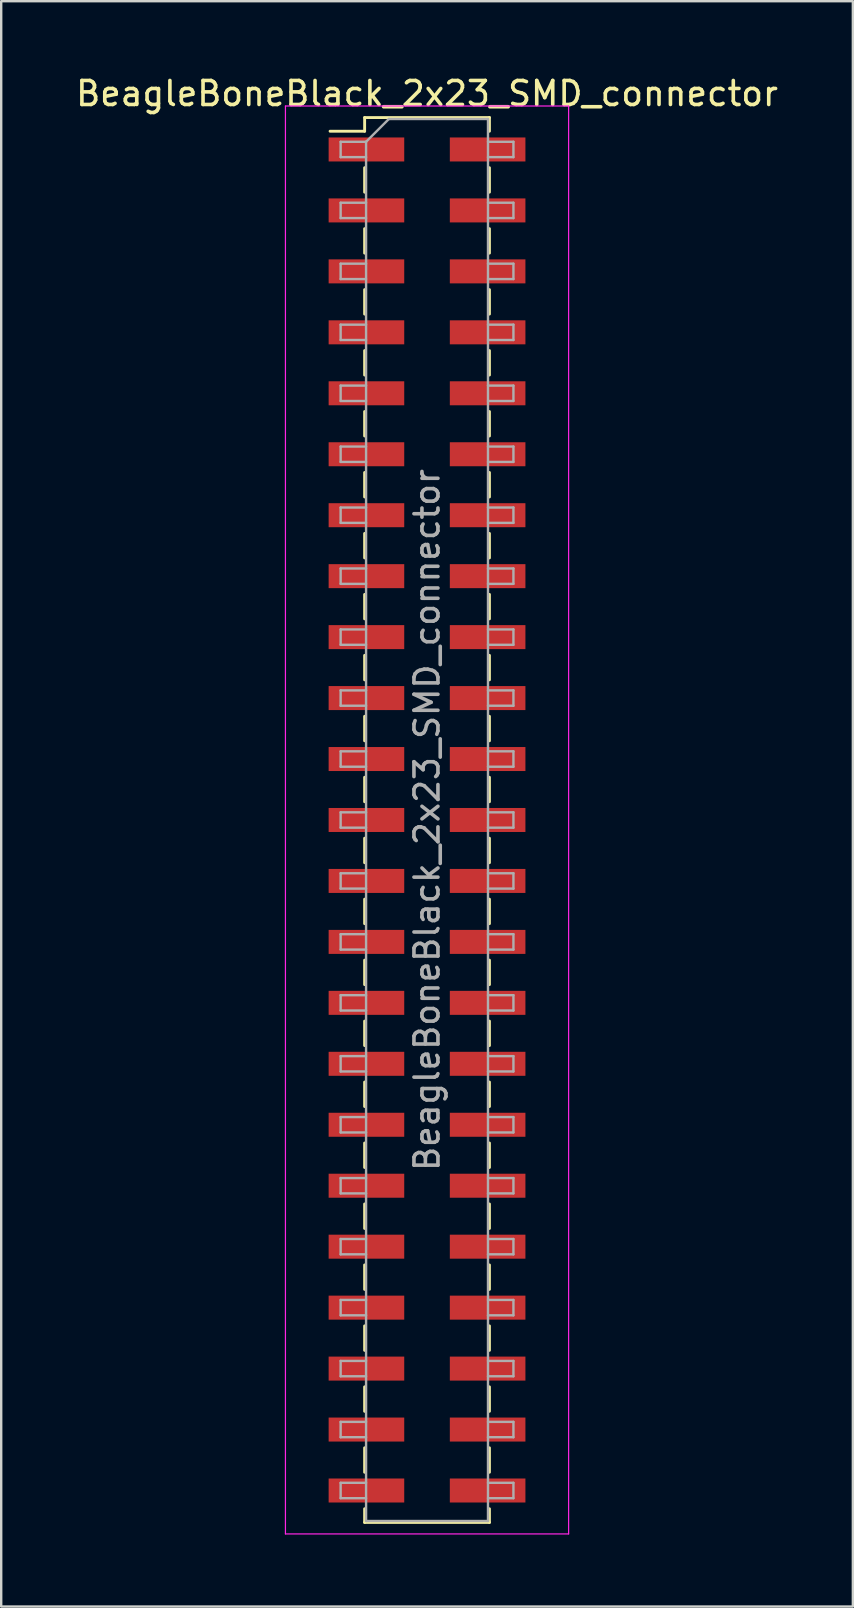
<source format=kicad_pcb>
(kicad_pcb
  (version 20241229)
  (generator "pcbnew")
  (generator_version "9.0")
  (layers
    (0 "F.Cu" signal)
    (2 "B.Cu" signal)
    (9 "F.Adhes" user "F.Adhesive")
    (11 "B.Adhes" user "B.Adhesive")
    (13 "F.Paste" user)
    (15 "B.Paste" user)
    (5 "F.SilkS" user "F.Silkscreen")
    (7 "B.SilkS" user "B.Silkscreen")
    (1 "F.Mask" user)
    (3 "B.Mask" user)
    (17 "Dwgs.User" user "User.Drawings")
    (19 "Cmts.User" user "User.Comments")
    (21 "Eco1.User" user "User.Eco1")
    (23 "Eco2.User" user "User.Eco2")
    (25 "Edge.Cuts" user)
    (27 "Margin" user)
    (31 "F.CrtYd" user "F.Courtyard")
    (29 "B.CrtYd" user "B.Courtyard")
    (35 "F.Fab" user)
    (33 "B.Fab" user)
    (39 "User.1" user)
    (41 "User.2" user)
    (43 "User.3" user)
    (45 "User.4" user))
  (footprint "BeagleBoneBlack_2x23_SMD_connector"
    (layer "F.Cu")
    (at 14.744 31.118)
    (property "Reference" "BeagleBoneBlack_2x23_SMD_connector" (at 0 -30.27 0) (layer "F.SilkS") (effects (font (size 1 1) (thickness 0.15))))
    (attr smd)
    (fp_line (start -4.04 -28.7) (end -2.6 -28.7) (stroke (width 0.12) (type solid)) (layer "F.SilkS"))
    (fp_line (start -2.6 -29.27) (end -2.6 -28.7) (stroke (width 0.12) (type solid)) (layer "F.SilkS"))
    (fp_line (start -2.6 -29.27) (end 2.6 -29.27) (stroke (width 0.12) (type solid)) (layer "F.SilkS"))
    (fp_line (start -2.6 -27.18) (end -2.6 -26.16) (stroke (width 0.12) (type solid)) (layer "F.SilkS"))
    (fp_line (start -2.6 -24.64) (end -2.6 -23.62) (stroke (width 0.12) (type solid)) (layer "F.SilkS"))
    (fp_line (start -2.6 -22.1) (end -2.6 -21.08) (stroke (width 0.12) (type solid)) (layer "F.SilkS"))
    (fp_line (start -2.6 -19.56) (end -2.6 -18.54) (stroke (width 0.12) (type solid)) (layer "F.SilkS"))
    (fp_line (start -2.6 -17.02) (end -2.6 -16) (stroke (width 0.12) (type solid)) (layer "F.SilkS"))
    (fp_line (start -2.6 -14.48) (end -2.6 -13.46) (stroke (width 0.12) (type solid)) (layer "F.SilkS"))
    (fp_line (start -2.6 -11.94) (end -2.6 -10.92) (stroke (width 0.12) (type solid)) (layer "F.SilkS"))
    (fp_line (start -2.6 -9.4) (end -2.6 -8.38) (stroke (width 0.12) (type solid)) (layer "F.SilkS"))
    (fp_line (start -2.6 -6.86) (end -2.6 -5.84) (stroke (width 0.12) (type solid)) (layer "F.SilkS"))
    (fp_line (start -2.6 -4.32) (end -2.6 -3.3) (stroke (width 0.12) (type solid)) (layer "F.SilkS"))
    (fp_line (start -2.6 -1.78) (end -2.6 -0.76) (stroke (width 0.12) (type solid)) (layer "F.SilkS"))
    (fp_line (start -2.6 0.76) (end -2.6 1.78) (stroke (width 0.12) (type solid)) (layer "F.SilkS"))
    (fp_line (start -2.6 3.3) (end -2.6 4.32) (stroke (width 0.12) (type solid)) (layer "F.SilkS"))
    (fp_line (start -2.6 5.84) (end -2.6 6.86) (stroke (width 0.12) (type solid)) (layer "F.SilkS"))
    (fp_line (start -2.6 8.38) (end -2.6 9.4) (stroke (width 0.12) (type solid)) (layer "F.SilkS"))
    (fp_line (start -2.6 10.92) (end -2.6 11.94) (stroke (width 0.12) (type solid)) (layer "F.SilkS"))
    (fp_line (start -2.6 13.46) (end -2.6 14.48) (stroke (width 0.12) (type solid)) (layer "F.SilkS"))
    (fp_line (start -2.6 16) (end -2.6 17.02) (stroke (width 0.12) (type solid)) (layer "F.SilkS"))
    (fp_line (start -2.6 18.54) (end -2.6 19.56) (stroke (width 0.12) (type solid)) (layer "F.SilkS"))
    (fp_line (start -2.6 21.08) (end -2.6 22.1) (stroke (width 0.12) (type solid)) (layer "F.SilkS"))
    (fp_line (start -2.6 23.62) (end -2.6 24.64) (stroke (width 0.12) (type solid)) (layer "F.SilkS"))
    (fp_line (start -2.6 26.16) (end -2.6 27.18) (stroke (width 0.12) (type solid)) (layer "F.SilkS"))
    (fp_line (start -2.6 28.7) (end -2.6 29.27) (stroke (width 0.12) (type solid)) (layer "F.SilkS"))
    (fp_line (start -2.6 29.27) (end 2.6 29.27) (stroke (width 0.12) (type solid)) (layer "F.SilkS"))
    (fp_line (start 2.6 -29.27) (end 2.6 -28.7) (stroke (width 0.12) (type solid)) (layer "F.SilkS"))
    (fp_line (start 2.6 -27.18) (end 2.6 -26.16) (stroke (width 0.12) (type solid)) (layer "F.SilkS"))
    (fp_line (start 2.6 -24.64) (end 2.6 -23.62) (stroke (width 0.12) (type solid)) (layer "F.SilkS"))
    (fp_line (start 2.6 -22.1) (end 2.6 -21.08) (stroke (width 0.12) (type solid)) (layer "F.SilkS"))
    (fp_line (start 2.6 -19.56) (end 2.6 -18.54) (stroke (width 0.12) (type solid)) (layer "F.SilkS"))
    (fp_line (start 2.6 -17.02) (end 2.6 -16) (stroke (width 0.12) (type solid)) (layer "F.SilkS"))
    (fp_line (start 2.6 -14.48) (end 2.6 -13.46) (stroke (width 0.12) (type solid)) (layer "F.SilkS"))
    (fp_line (start 2.6 -11.94) (end 2.6 -10.92) (stroke (width 0.12) (type solid)) (layer "F.SilkS"))
    (fp_line (start 2.6 -9.4) (end 2.6 -8.38) (stroke (width 0.12) (type solid)) (layer "F.SilkS"))
    (fp_line (start 2.6 -6.86) (end 2.6 -5.84) (stroke (width 0.12) (type solid)) (layer "F.SilkS"))
    (fp_line (start 2.6 -4.32) (end 2.6 -3.3) (stroke (width 0.12) (type solid)) (layer "F.SilkS"))
    (fp_line (start 2.6 -1.78) (end 2.6 -0.76) (stroke (width 0.12) (type solid)) (layer "F.SilkS"))
    (fp_line (start 2.6 0.76) (end 2.6 1.78) (stroke (width 0.12) (type solid)) (layer "F.SilkS"))
    (fp_line (start 2.6 3.3) (end 2.6 4.32) (stroke (width 0.12) (type solid)) (layer "F.SilkS"))
    (fp_line (start 2.6 5.84) (end 2.6 6.86) (stroke (width 0.12) (type solid)) (layer "F.SilkS"))
    (fp_line (start 2.6 8.38) (end 2.6 9.4) (stroke (width 0.12) (type solid)) (layer "F.SilkS"))
    (fp_line (start 2.6 10.92) (end 2.6 11.94) (stroke (width 0.12) (type solid)) (layer "F.SilkS"))
    (fp_line (start 2.6 13.46) (end 2.6 14.48) (stroke (width 0.12) (type solid)) (layer "F.SilkS"))
    (fp_line (start 2.6 16) (end 2.6 17.02) (stroke (width 0.12) (type solid)) (layer "F.SilkS"))
    (fp_line (start 2.6 18.54) (end 2.6 19.56) (stroke (width 0.12) (type solid)) (layer "F.SilkS"))
    (fp_line (start 2.6 21.08) (end 2.6 22.1) (stroke (width 0.12) (type solid)) (layer "F.SilkS"))
    (fp_line (start 2.6 23.62) (end 2.6 24.64) (stroke (width 0.12) (type solid)) (layer "F.SilkS"))
    (fp_line (start 2.6 26.16) (end 2.6 27.18) (stroke (width 0.12) (type solid)) (layer "F.SilkS"))
    (fp_line (start 2.6 28.7) (end 2.6 29.27) (stroke (width 0.12) (type solid)) (layer "F.SilkS"))
    (fp_line (start -5.9 -29.75) (end -5.9 29.75) (stroke (width 0.05) (type solid)) (layer "F.CrtYd"))
    (fp_line (start -5.9 29.75) (end 5.9 29.75) (stroke (width 0.05) (type solid)) (layer "F.CrtYd"))
    (fp_line (start 5.9 -29.75) (end -5.9 -29.75) (stroke (width 0.05) (type solid)) (layer "F.CrtYd"))
    (fp_line (start 5.9 29.75) (end 5.9 -29.75) (stroke (width 0.05) (type solid)) (layer "F.CrtYd"))
    (fp_line (start -3.6 -28.26) (end -3.6 -27.62) (stroke (width 0.1) (type solid)) (layer "F.Fab"))
    (fp_line (start -3.6 -27.62) (end -2.54 -27.62) (stroke (width 0.1) (type solid)) (layer "F.Fab"))
    (fp_line (start -3.6 -25.72) (end -3.6 -25.08) (stroke (width 0.1) (type solid)) (layer "F.Fab"))
    (fp_line (start -3.6 -25.08) (end -2.54 -25.08) (stroke (width 0.1) (type solid)) (layer "F.Fab"))
    (fp_line (start -3.6 -23.18) (end -3.6 -22.54) (stroke (width 0.1) (type solid)) (layer "F.Fab"))
    (fp_line (start -3.6 -22.54) (end -2.54 -22.54) (stroke (width 0.1) (type solid)) (layer "F.Fab"))
    (fp_line (start -3.6 -20.64) (end -3.6 -20) (stroke (width 0.1) (type solid)) (layer "F.Fab"))
    (fp_line (start -3.6 -20) (end -2.54 -20) (stroke (width 0.1) (type solid)) (layer "F.Fab"))
    (fp_line (start -3.6 -18.1) (end -3.6 -17.46) (stroke (width 0.1) (type solid)) (layer "F.Fab"))
    (fp_line (start -3.6 -17.46) (end -2.54 -17.46) (stroke (width 0.1) (type solid)) (layer "F.Fab"))
    (fp_line (start -3.6 -15.56) (end -3.6 -14.92) (stroke (width 0.1) (type solid)) (layer "F.Fab"))
    (fp_line (start -3.6 -14.92) (end -2.54 -14.92) (stroke (width 0.1) (type solid)) (layer "F.Fab"))
    (fp_line (start -3.6 -13.02) (end -3.6 -12.38) (stroke (width 0.1) (type solid)) (layer "F.Fab"))
    (fp_line (start -3.6 -12.38) (end -2.54 -12.38) (stroke (width 0.1) (type solid)) (layer "F.Fab"))
    (fp_line (start -3.6 -10.48) (end -3.6 -9.84) (stroke (width 0.1) (type solid)) (layer "F.Fab"))
    (fp_line (start -3.6 -9.84) (end -2.54 -9.84) (stroke (width 0.1) (type solid)) (layer "F.Fab"))
    (fp_line (start -3.6 -7.94) (end -3.6 -7.3) (stroke (width 0.1) (type solid)) (layer "F.Fab"))
    (fp_line (start -3.6 -7.3) (end -2.54 -7.3) (stroke (width 0.1) (type solid)) (layer "F.Fab"))
    (fp_line (start -3.6 -5.4) (end -3.6 -4.76) (stroke (width 0.1) (type solid)) (layer "F.Fab"))
    (fp_line (start -3.6 -4.76) (end -2.54 -4.76) (stroke (width 0.1) (type solid)) (layer "F.Fab"))
    (fp_line (start -3.6 -2.86) (end -3.6 -2.22) (stroke (width 0.1) (type solid)) (layer "F.Fab"))
    (fp_line (start -3.6 -2.22) (end -2.54 -2.22) (stroke (width 0.1) (type solid)) (layer "F.Fab"))
    (fp_line (start -3.6 -0.32) (end -3.6 0.32) (stroke (width 0.1) (type solid)) (layer "F.Fab"))
    (fp_line (start -3.6 0.32) (end -2.54 0.32) (stroke (width 0.1) (type solid)) (layer "F.Fab"))
    (fp_line (start -3.6 2.22) (end -3.6 2.86) (stroke (width 0.1) (type solid)) (layer "F.Fab"))
    (fp_line (start -3.6 2.86) (end -2.54 2.86) (stroke (width 0.1) (type solid)) (layer "F.Fab"))
    (fp_line (start -3.6 4.76) (end -3.6 5.4) (stroke (width 0.1) (type solid)) (layer "F.Fab"))
    (fp_line (start -3.6 5.4) (end -2.54 5.4) (stroke (width 0.1) (type solid)) (layer "F.Fab"))
    (fp_line (start -3.6 7.3) (end -3.6 7.94) (stroke (width 0.1) (type solid)) (layer "F.Fab"))
    (fp_line (start -3.6 7.94) (end -2.54 7.94) (stroke (width 0.1) (type solid)) (layer "F.Fab"))
    (fp_line (start -3.6 9.84) (end -3.6 10.48) (stroke (width 0.1) (type solid)) (layer "F.Fab"))
    (fp_line (start -3.6 10.48) (end -2.54 10.48) (stroke (width 0.1) (type solid)) (layer "F.Fab"))
    (fp_line (start -3.6 12.38) (end -3.6 13.02) (stroke (width 0.1) (type solid)) (layer "F.Fab"))
    (fp_line (start -3.6 13.02) (end -2.54 13.02) (stroke (width 0.1) (type solid)) (layer "F.Fab"))
    (fp_line (start -3.6 14.92) (end -3.6 15.56) (stroke (width 0.1) (type solid)) (layer "F.Fab"))
    (fp_line (start -3.6 15.56) (end -2.54 15.56) (stroke (width 0.1) (type solid)) (layer "F.Fab"))
    (fp_line (start -3.6 17.46) (end -3.6 18.1) (stroke (width 0.1) (type solid)) (layer "F.Fab"))
    (fp_line (start -3.6 18.1) (end -2.54 18.1) (stroke (width 0.1) (type solid)) (layer "F.Fab"))
    (fp_line (start -3.6 20) (end -3.6 20.64) (stroke (width 0.1) (type solid)) (layer "F.Fab"))
    (fp_line (start -3.6 20.64) (end -2.54 20.64) (stroke (width 0.1) (type solid)) (layer "F.Fab"))
    (fp_line (start -3.6 22.54) (end -3.6 23.18) (stroke (width 0.1) (type solid)) (layer "F.Fab"))
    (fp_line (start -3.6 23.18) (end -2.54 23.18) (stroke (width 0.1) (type solid)) (layer "F.Fab"))
    (fp_line (start -3.6 25.08) (end -3.6 25.72) (stroke (width 0.1) (type solid)) (layer "F.Fab"))
    (fp_line (start -3.6 25.72) (end -2.54 25.72) (stroke (width 0.1) (type solid)) (layer "F.Fab"))
    (fp_line (start -3.6 27.62) (end -3.6 28.26) (stroke (width 0.1) (type solid)) (layer "F.Fab"))
    (fp_line (start -3.6 28.26) (end -2.54 28.26) (stroke (width 0.1) (type solid)) (layer "F.Fab"))
    (fp_line (start -2.54 -28.26) (end -3.6 -28.26) (stroke (width 0.1) (type solid)) (layer "F.Fab"))
    (fp_line (start -2.54 -28.26) (end -1.59 -29.21) (stroke (width 0.1) (type solid)) (layer "F.Fab"))
    (fp_line (start -2.54 -25.72) (end -3.6 -25.72) (stroke (width 0.1) (type solid)) (layer "F.Fab"))
    (fp_line (start -2.54 -23.18) (end -3.6 -23.18) (stroke (width 0.1) (type solid)) (layer "F.Fab"))
    (fp_line (start -2.54 -20.64) (end -3.6 -20.64) (stroke (width 0.1) (type solid)) (layer "F.Fab"))
    (fp_line (start -2.54 -18.1) (end -3.6 -18.1) (stroke (width 0.1) (type solid)) (layer "F.Fab"))
    (fp_line (start -2.54 -15.56) (end -3.6 -15.56) (stroke (width 0.1) (type solid)) (layer "F.Fab"))
    (fp_line (start -2.54 -13.02) (end -3.6 -13.02) (stroke (width 0.1) (type solid)) (layer "F.Fab"))
    (fp_line (start -2.54 -10.48) (end -3.6 -10.48) (stroke (width 0.1) (type solid)) (layer "F.Fab"))
    (fp_line (start -2.54 -7.94) (end -3.6 -7.94) (stroke (width 0.1) (type solid)) (layer "F.Fab"))
    (fp_line (start -2.54 -5.4) (end -3.6 -5.4) (stroke (width 0.1) (type solid)) (layer "F.Fab"))
    (fp_line (start -2.54 -2.86) (end -3.6 -2.86) (stroke (width 0.1) (type solid)) (layer "F.Fab"))
    (fp_line (start -2.54 -0.32) (end -3.6 -0.32) (stroke (width 0.1) (type solid)) (layer "F.Fab"))
    (fp_line (start -2.54 2.22) (end -3.6 2.22) (stroke (width 0.1) (type solid)) (layer "F.Fab"))
    (fp_line (start -2.54 4.76) (end -3.6 4.76) (stroke (width 0.1) (type solid)) (layer "F.Fab"))
    (fp_line (start -2.54 7.3) (end -3.6 7.3) (stroke (width 0.1) (type solid)) (layer "F.Fab"))
    (fp_line (start -2.54 9.84) (end -3.6 9.84) (stroke (width 0.1) (type solid)) (layer "F.Fab"))
    (fp_line (start -2.54 12.38) (end -3.6 12.38) (stroke (width 0.1) (type solid)) (layer "F.Fab"))
    (fp_line (start -2.54 14.92) (end -3.6 14.92) (stroke (width 0.1) (type solid)) (layer "F.Fab"))
    (fp_line (start -2.54 17.46) (end -3.6 17.46) (stroke (width 0.1) (type solid)) (layer "F.Fab"))
    (fp_line (start -2.54 20) (end -3.6 20) (stroke (width 0.1) (type solid)) (layer "F.Fab"))
    (fp_line (start -2.54 22.54) (end -3.6 22.54) (stroke (width 0.1) (type solid)) (layer "F.Fab"))
    (fp_line (start -2.54 25.08) (end -3.6 25.08) (stroke (width 0.1) (type solid)) (layer "F.Fab"))
    (fp_line (start -2.54 27.62) (end -3.6 27.62) (stroke (width 0.1) (type solid)) (layer "F.Fab"))
    (fp_line (start -2.54 29.21) (end -2.54 -28.26) (stroke (width 0.1) (type solid)) (layer "F.Fab"))
    (fp_line (start -1.59 -29.21) (end 2.54 -29.21) (stroke (width 0.1) (type solid)) (layer "F.Fab"))
    (fp_line (start 2.54 -29.21) (end 2.54 29.21) (stroke (width 0.1) (type solid)) (layer "F.Fab"))
    (fp_line (start 2.54 -28.26) (end 3.6 -28.26) (stroke (width 0.1) (type solid)) (layer "F.Fab"))
    (fp_line (start 2.54 -25.72) (end 3.6 -25.72) (stroke (width 0.1) (type solid)) (layer "F.Fab"))
    (fp_line (start 2.54 -23.18) (end 3.6 -23.18) (stroke (width 0.1) (type solid)) (layer "F.Fab"))
    (fp_line (start 2.54 -20.64) (end 3.6 -20.64) (stroke (width 0.1) (type solid)) (layer "F.Fab"))
    (fp_line (start 2.54 -18.1) (end 3.6 -18.1) (stroke (width 0.1) (type solid)) (layer "F.Fab"))
    (fp_line (start 2.54 -15.56) (end 3.6 -15.56) (stroke (width 0.1) (type solid)) (layer "F.Fab"))
    (fp_line (start 2.54 -13.02) (end 3.6 -13.02) (stroke (width 0.1) (type solid)) (layer "F.Fab"))
    (fp_line (start 2.54 -10.48) (end 3.6 -10.48) (stroke (width 0.1) (type solid)) (layer "F.Fab"))
    (fp_line (start 2.54 -7.94) (end 3.6 -7.94) (stroke (width 0.1) (type solid)) (layer "F.Fab"))
    (fp_line (start 2.54 -5.4) (end 3.6 -5.4) (stroke (width 0.1) (type solid)) (layer "F.Fab"))
    (fp_line (start 2.54 -2.86) (end 3.6 -2.86) (stroke (width 0.1) (type solid)) (layer "F.Fab"))
    (fp_line (start 2.54 -0.32) (end 3.6 -0.32) (stroke (width 0.1) (type solid)) (layer "F.Fab"))
    (fp_line (start 2.54 2.22) (end 3.6 2.22) (stroke (width 0.1) (type solid)) (layer "F.Fab"))
    (fp_line (start 2.54 4.76) (end 3.6 4.76) (stroke (width 0.1) (type solid)) (layer "F.Fab"))
    (fp_line (start 2.54 7.3) (end 3.6 7.3) (stroke (width 0.1) (type solid)) (layer "F.Fab"))
    (fp_line (start 2.54 9.84) (end 3.6 9.84) (stroke (width 0.1) (type solid)) (layer "F.Fab"))
    (fp_line (start 2.54 12.38) (end 3.6 12.38) (stroke (width 0.1) (type solid)) (layer "F.Fab"))
    (fp_line (start 2.54 14.92) (end 3.6 14.92) (stroke (width 0.1) (type solid)) (layer "F.Fab"))
    (fp_line (start 2.54 17.46) (end 3.6 17.46) (stroke (width 0.1) (type solid)) (layer "F.Fab"))
    (fp_line (start 2.54 20) (end 3.6 20) (stroke (width 0.1) (type solid)) (layer "F.Fab"))
    (fp_line (start 2.54 22.54) (end 3.6 22.54) (stroke (width 0.1) (type solid)) (layer "F.Fab"))
    (fp_line (start 2.54 25.08) (end 3.6 25.08) (stroke (width 0.1) (type solid)) (layer "F.Fab"))
    (fp_line (start 2.54 27.62) (end 3.6 27.62) (stroke (width 0.1) (type solid)) (layer "F.Fab"))
    (fp_line (start 2.54 29.21) (end -2.54 29.21) (stroke (width 0.1) (type solid)) (layer "F.Fab"))
    (fp_line (start 3.6 -28.26) (end 3.6 -27.62) (stroke (width 0.1) (type solid)) (layer "F.Fab"))
    (fp_line (start 3.6 -27.62) (end 2.54 -27.62) (stroke (width 0.1) (type solid)) (layer "F.Fab"))
    (fp_line (start 3.6 -25.72) (end 3.6 -25.08) (stroke (width 0.1) (type solid)) (layer "F.Fab"))
    (fp_line (start 3.6 -25.08) (end 2.54 -25.08) (stroke (width 0.1) (type solid)) (layer "F.Fab"))
    (fp_line (start 3.6 -23.18) (end 3.6 -22.54) (stroke (width 0.1) (type solid)) (layer "F.Fab"))
    (fp_line (start 3.6 -22.54) (end 2.54 -22.54) (stroke (width 0.1) (type solid)) (layer "F.Fab"))
    (fp_line (start 3.6 -20.64) (end 3.6 -20) (stroke (width 0.1) (type solid)) (layer "F.Fab"))
    (fp_line (start 3.6 -20) (end 2.54 -20) (stroke (width 0.1) (type solid)) (layer "F.Fab"))
    (fp_line (start 3.6 -18.1) (end 3.6 -17.46) (stroke (width 0.1) (type solid)) (layer "F.Fab"))
    (fp_line (start 3.6 -17.46) (end 2.54 -17.46) (stroke (width 0.1) (type solid)) (layer "F.Fab"))
    (fp_line (start 3.6 -15.56) (end 3.6 -14.92) (stroke (width 0.1) (type solid)) (layer "F.Fab"))
    (fp_line (start 3.6 -14.92) (end 2.54 -14.92) (stroke (width 0.1) (type solid)) (layer "F.Fab"))
    (fp_line (start 3.6 -13.02) (end 3.6 -12.38) (stroke (width 0.1) (type solid)) (layer "F.Fab"))
    (fp_line (start 3.6 -12.38) (end 2.54 -12.38) (stroke (width 0.1) (type solid)) (layer "F.Fab"))
    (fp_line (start 3.6 -10.48) (end 3.6 -9.84) (stroke (width 0.1) (type solid)) (layer "F.Fab"))
    (fp_line (start 3.6 -9.84) (end 2.54 -9.84) (stroke (width 0.1) (type solid)) (layer "F.Fab"))
    (fp_line (start 3.6 -7.94) (end 3.6 -7.3) (stroke (width 0.1) (type solid)) (layer "F.Fab"))
    (fp_line (start 3.6 -7.3) (end 2.54 -7.3) (stroke (width 0.1) (type solid)) (layer "F.Fab"))
    (fp_line (start 3.6 -5.4) (end 3.6 -4.76) (stroke (width 0.1) (type solid)) (layer "F.Fab"))
    (fp_line (start 3.6 -4.76) (end 2.54 -4.76) (stroke (width 0.1) (type solid)) (layer "F.Fab"))
    (fp_line (start 3.6 -2.86) (end 3.6 -2.22) (stroke (width 0.1) (type solid)) (layer "F.Fab"))
    (fp_line (start 3.6 -2.22) (end 2.54 -2.22) (stroke (width 0.1) (type solid)) (layer "F.Fab"))
    (fp_line (start 3.6 -0.32) (end 3.6 0.32) (stroke (width 0.1) (type solid)) (layer "F.Fab"))
    (fp_line (start 3.6 0.32) (end 2.54 0.32) (stroke (width 0.1) (type solid)) (layer "F.Fab"))
    (fp_line (start 3.6 2.22) (end 3.6 2.86) (stroke (width 0.1) (type solid)) (layer "F.Fab"))
    (fp_line (start 3.6 2.86) (end 2.54 2.86) (stroke (width 0.1) (type solid)) (layer "F.Fab"))
    (fp_line (start 3.6 4.76) (end 3.6 5.4) (stroke (width 0.1) (type solid)) (layer "F.Fab"))
    (fp_line (start 3.6 5.4) (end 2.54 5.4) (stroke (width 0.1) (type solid)) (layer "F.Fab"))
    (fp_line (start 3.6 7.3) (end 3.6 7.94) (stroke (width 0.1) (type solid)) (layer "F.Fab"))
    (fp_line (start 3.6 7.94) (end 2.54 7.94) (stroke (width 0.1) (type solid)) (layer "F.Fab"))
    (fp_line (start 3.6 9.84) (end 3.6 10.48) (stroke (width 0.1) (type solid)) (layer "F.Fab"))
    (fp_line (start 3.6 10.48) (end 2.54 10.48) (stroke (width 0.1) (type solid)) (layer "F.Fab"))
    (fp_line (start 3.6 12.38) (end 3.6 13.02) (stroke (width 0.1) (type solid)) (layer "F.Fab"))
    (fp_line (start 3.6 13.02) (end 2.54 13.02) (stroke (width 0.1) (type solid)) (layer "F.Fab"))
    (fp_line (start 3.6 14.92) (end 3.6 15.56) (stroke (width 0.1) (type solid)) (layer "F.Fab"))
    (fp_line (start 3.6 15.56) (end 2.54 15.56) (stroke (width 0.1) (type solid)) (layer "F.Fab"))
    (fp_line (start 3.6 17.46) (end 3.6 18.1) (stroke (width 0.1) (type solid)) (layer "F.Fab"))
    (fp_line (start 3.6 18.1) (end 2.54 18.1) (stroke (width 0.1) (type solid)) (layer "F.Fab"))
    (fp_line (start 3.6 20) (end 3.6 20.64) (stroke (width 0.1) (type solid)) (layer "F.Fab"))
    (fp_line (start 3.6 20.64) (end 2.54 20.64) (stroke (width 0.1) (type solid)) (layer "F.Fab"))
    (fp_line (start 3.6 22.54) (end 3.6 23.18) (stroke (width 0.1) (type solid)) (layer "F.Fab"))
    (fp_line (start 3.6 23.18) (end 2.54 23.18) (stroke (width 0.1) (type solid)) (layer "F.Fab"))
    (fp_line (start 3.6 25.08) (end 3.6 25.72) (stroke (width 0.1) (type solid)) (layer "F.Fab"))
    (fp_line (start 3.6 25.72) (end 2.54 25.72) (stroke (width 0.1) (type solid)) (layer "F.Fab"))
    (fp_line (start 3.6 27.62) (end 3.6 28.26) (stroke (width 0.1) (type solid)) (layer "F.Fab"))
    (fp_line (start 3.6 28.26) (end 2.54 28.26) (stroke (width 0.1) (type solid)) (layer "F.Fab"))
    (fp_text user "${REFERENCE}" (at 0 0 90) (layer "F.Fab") (effects (font (size 1 1) (thickness 0.15))))
    (pad "1" smd rect (at 2.525 -27.94) (size 3.15 1) (layers "F.Cu" "F.Mask" "F.Paste"))
    (pad "2" smd rect (at -2.525 -27.94) (size 3.15 1) (layers "F.Cu" "F.Mask" "F.Paste"))
    (pad "3" smd rect (at 2.525 -25.4) (size 3.15 1) (layers "F.Cu" "F.Mask" "F.Paste"))
    (pad "4" smd rect (at -2.525 -25.4) (size 3.15 1) (layers "F.Cu" "F.Mask" "F.Paste"))
    (pad "5" smd rect (at 2.525 -22.86) (size 3.15 1) (layers "F.Cu" "F.Mask" "F.Paste"))
    (pad "6" smd rect (at -2.525 -22.86) (size 3.15 1) (layers "F.Cu" "F.Mask" "F.Paste"))
    (pad "7" smd rect (at 2.525 -20.32) (size 3.15 1) (layers "F.Cu" "F.Mask" "F.Paste"))
    (pad "8" smd rect (at -2.525 -20.32) (size 3.15 1) (layers "F.Cu" "F.Mask" "F.Paste"))
    (pad "9" smd rect (at 2.525 -17.78) (size 3.15 1) (layers "F.Cu" "F.Mask" "F.Paste"))
    (pad "10" smd rect (at -2.525 -17.78) (size 3.15 1) (layers "F.Cu" "F.Mask" "F.Paste"))
    (pad "11" smd rect (at 2.525 -15.24) (size 3.15 1) (layers "F.Cu" "F.Mask" "F.Paste"))
    (pad "12" smd rect (at -2.525 -15.24) (size 3.15 1) (layers "F.Cu" "F.Mask" "F.Paste"))
    (pad "13" smd rect (at 2.525 -12.7) (size 3.15 1) (layers "F.Cu" "F.Mask" "F.Paste"))
    (pad "14" smd rect (at -2.525 -12.7) (size 3.15 1) (layers "F.Cu" "F.Mask" "F.Paste"))
    (pad "15" smd rect (at 2.525 -10.16) (size 3.15 1) (layers "F.Cu" "F.Mask" "F.Paste"))
    (pad "16" smd rect (at -2.525 -10.16) (size 3.15 1) (layers "F.Cu" "F.Mask" "F.Paste"))
    (pad "17" smd rect (at 2.525 -7.62) (size 3.15 1) (layers "F.Cu" "F.Mask" "F.Paste"))
    (pad "18" smd rect (at -2.525 -7.62) (size 3.15 1) (layers "F.Cu" "F.Mask" "F.Paste"))
    (pad "19" smd rect (at 2.525 -5.08) (size 3.15 1) (layers "F.Cu" "F.Mask" "F.Paste"))
    (pad "20" smd rect (at -2.525 -5.08) (size 3.15 1) (layers "F.Cu" "F.Mask" "F.Paste"))
    (pad "21" smd rect (at 2.525 -2.54) (size 3.15 1) (layers "F.Cu" "F.Mask" "F.Paste"))
    (pad "22" smd rect (at -2.525 -2.54) (size 3.15 1) (layers "F.Cu" "F.Mask" "F.Paste"))
    (pad "23" smd rect (at 2.525 0) (size 3.15 1) (layers "F.Cu" "F.Mask" "F.Paste"))
    (pad "24" smd rect (at -2.525 0) (size 3.15 1) (layers "F.Cu" "F.Mask" "F.Paste"))
    (pad "25" smd rect (at 2.525 2.54) (size 3.15 1) (layers "F.Cu" "F.Mask" "F.Paste"))
    (pad "26" smd rect (at -2.525 2.54) (size 3.15 1) (layers "F.Cu" "F.Mask" "F.Paste"))
    (pad "27" smd rect (at 2.525 5.08) (size 3.15 1) (layers "F.Cu" "F.Mask" "F.Paste"))
    (pad "28" smd rect (at -2.525 5.08) (size 3.15 1) (layers "F.Cu" "F.Mask" "F.Paste"))
    (pad "29" smd rect (at 2.525 7.62) (size 3.15 1) (layers "F.Cu" "F.Mask" "F.Paste"))
    (pad "30" smd rect (at -2.525 7.62) (size 3.15 1) (layers "F.Cu" "F.Mask" "F.Paste"))
    (pad "31" smd rect (at 2.525 10.16) (size 3.15 1) (layers "F.Cu" "F.Mask" "F.Paste"))
    (pad "32" smd rect (at -2.525 10.16) (size 3.15 1) (layers "F.Cu" "F.Mask" "F.Paste"))
    (pad "33" smd rect (at 2.525 12.7) (size 3.15 1) (layers "F.Cu" "F.Mask" "F.Paste"))
    (pad "34" smd rect (at -2.525 12.7) (size 3.15 1) (layers "F.Cu" "F.Mask" "F.Paste"))
    (pad "35" smd rect (at 2.525 15.24) (size 3.15 1) (layers "F.Cu" "F.Mask" "F.Paste"))
    (pad "36" smd rect (at -2.525 15.24) (size 3.15 1) (layers "F.Cu" "F.Mask" "F.Paste"))
    (pad "37" smd rect (at 2.525 17.78) (size 3.15 1) (layers "F.Cu" "F.Mask" "F.Paste"))
    (pad "38" smd rect (at -2.525 17.78) (size 3.15 1) (layers "F.Cu" "F.Mask" "F.Paste"))
    (pad "39" smd rect (at 2.525 20.32) (size 3.15 1) (layers "F.Cu" "F.Mask" "F.Paste"))
    (pad "40" smd rect (at -2.525 20.32) (size 3.15 1) (layers "F.Cu" "F.Mask" "F.Paste"))
    (pad "41" smd rect (at 2.525 22.86) (size 3.15 1) (layers "F.Cu" "F.Mask" "F.Paste"))
    (pad "42" smd rect (at -2.525 22.86) (size 3.15 1) (layers "F.Cu" "F.Mask" "F.Paste"))
    (pad "43" smd rect (at 2.525 25.4) (size 3.15 1) (layers "F.Cu" "F.Mask" "F.Paste"))
    (pad "44" smd rect (at -2.525 25.4) (size 3.15 1) (layers "F.Cu" "F.Mask" "F.Paste"))
    (pad "45" smd rect (at 2.525 27.94) (size 3.15 1) (layers "F.Cu" "F.Mask" "F.Paste"))
    (pad "46" smd rect (at -2.525 27.94) (size 3.15 1) (layers "F.Cu" "F.Mask" "F.Paste")))
  (gr_rect
    (start -3 -3)
    (end 32.488 63.893)
    (stroke (width 0.1) (type default))
    (fill no)
    (layer "Edge.Cuts")))
</source>
